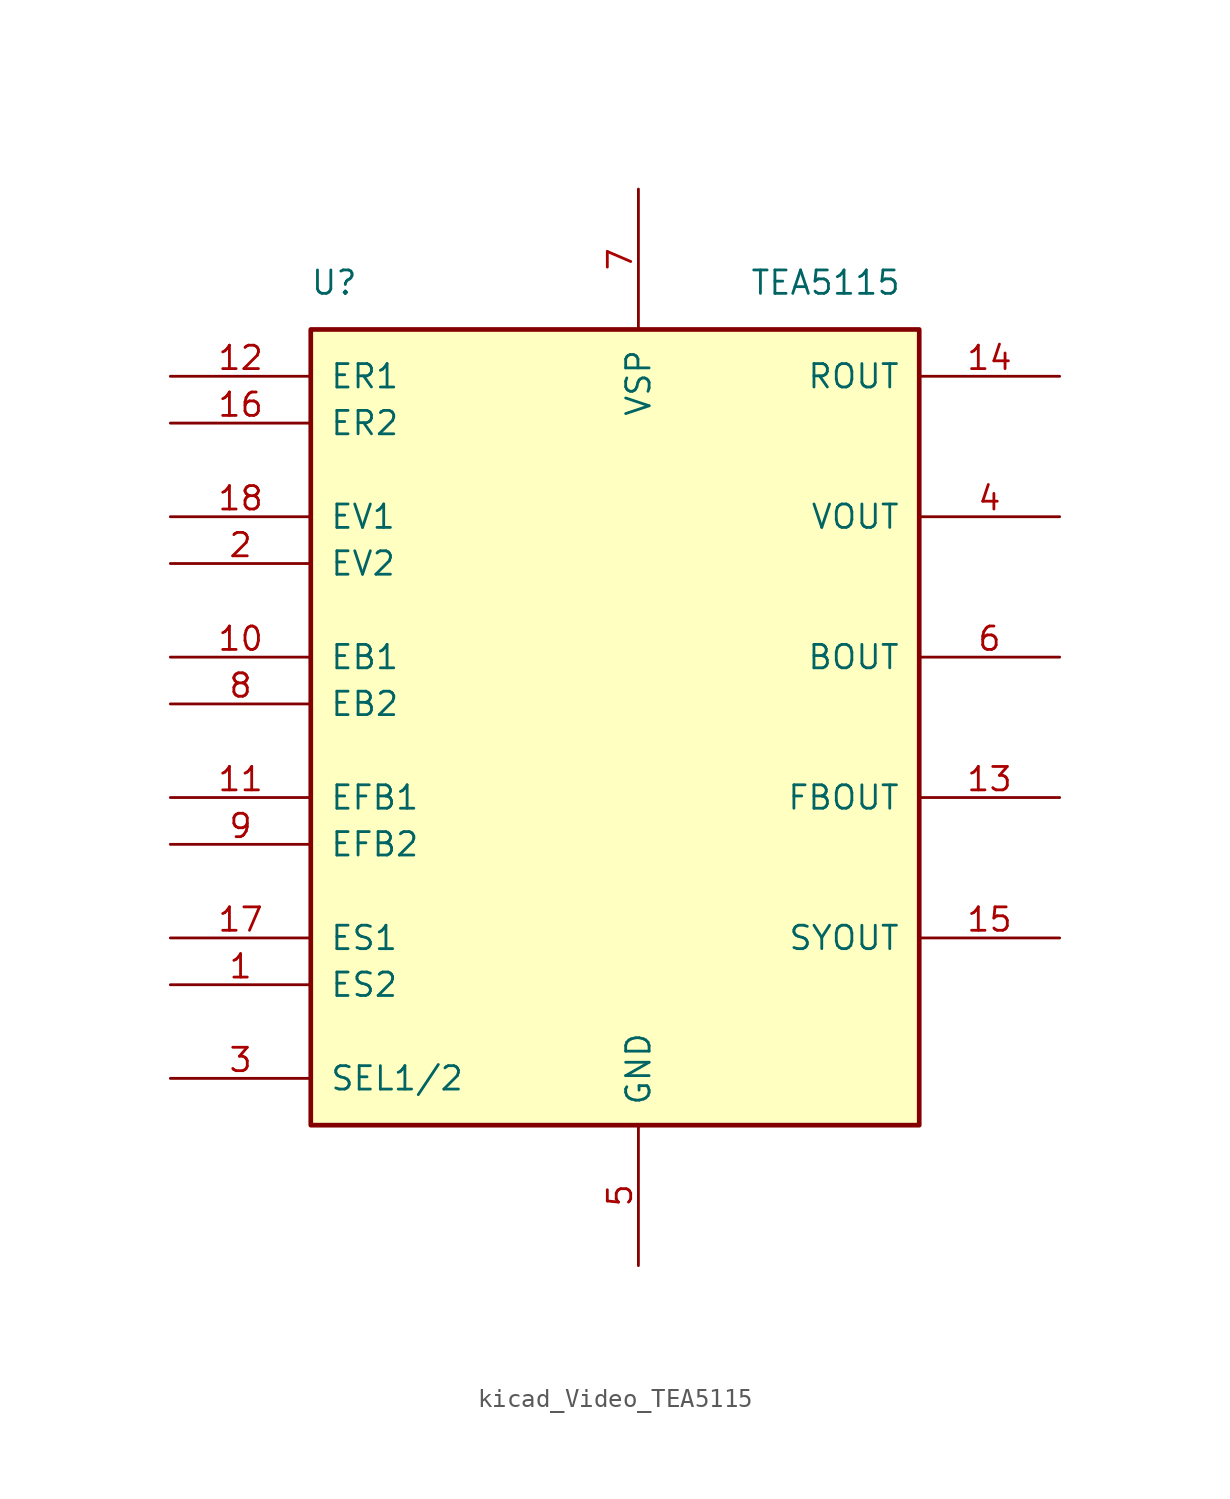
<source format=kicad_sym>
(kicad_symbol_lib
  (version 20220914)
  (generator kicad_symbol_editor)
  (symbol "kicad_Video_TEA5115"
    (pin_names
      (offset 1.016))
    (property "Reference" "U"
      (at -16.51 22.86 0)
      (effects (font (size 1.27 1.27))))
    (property "Value" "TEA5115"
      (at 10.16 22.86 0)
      (effects (font (size 1.27 1.27))))
    (symbol "kicad_Video_TEA5115_0_1"
      (rectangle (start -17.78 -22.86) (end 15.24 20.32) (stroke (width 0.254) (type default)) (fill (type background))))
    (symbol "kicad_Video_TEA5115_1_1"
      (pin input line (at -25.4 -15.24 0) (length 7.62) (name "ES2" (effects (font (size 1.27 1.27)))) (number "1" (effects (font (size 1.27 1.27)))))
      (pin input line (at -25.4 2.54 0) (length 7.62) (name "EB1" (effects (font (size 1.27 1.27)))) (number "10" (effects (font (size 1.27 1.27)))))
      (pin input line (at -25.4 -5.08 0) (length 7.62) (name "EFB1" (effects (font (size 1.27 1.27)))) (number "11" (effects (font (size 1.27 1.27)))))
      (pin input line (at -25.4 17.78 0) (length 7.62) (name "ER1" (effects (font (size 1.27 1.27)))) (number "12" (effects (font (size 1.27 1.27)))))
      (pin output line (at 22.86 -5.08 180) (length 7.62) (name "FBOUT" (effects (font (size 1.27 1.27)))) (number "13" (effects (font (size 1.27 1.27)))))
      (pin output line (at 22.86 17.78 180) (length 7.62) (name "ROUT" (effects (font (size 1.27 1.27)))) (number "14" (effects (font (size 1.27 1.27)))))
      (pin output line (at 22.86 -12.7 180) (length 7.62) (name "SYOUT" (effects (font (size 1.27 1.27)))) (number "15" (effects (font (size 1.27 1.27)))))
      (pin input line (at -25.4 15.24 0) (length 7.62) (name "ER2" (effects (font (size 1.27 1.27)))) (number "16" (effects (font (size 1.27 1.27)))))
      (pin input line (at -25.4 -12.7 0) (length 7.62) (name "ES1" (effects (font (size 1.27 1.27)))) (number "17" (effects (font (size 1.27 1.27)))))
      (pin input line (at -25.4 10.16 0) (length 7.62) (name "EV1" (effects (font (size 1.27 1.27)))) (number "18" (effects (font (size 1.27 1.27)))))
      (pin input line (at -25.4 7.62 0) (length 7.62) (name "EV2" (effects (font (size 1.27 1.27)))) (number "2" (effects (font (size 1.27 1.27)))))
      (pin input line (at -25.4 -20.32 0) (length 7.62) (name "SEL1/2" (effects (font (size 1.27 1.27)))) (number "3" (effects (font (size 1.27 1.27)))))
      (pin output line (at 22.86 10.16 180) (length 7.62) (name "VOUT" (effects (font (size 1.27 1.27)))) (number "4" (effects (font (size 1.27 1.27)))))
      (pin power_in line (at 0 -30.48 90) (length 7.62) (name "GND" (effects (font (size 1.27 1.27)))) (number "5" (effects (font (size 1.27 1.27)))))
      (pin output line (at 22.86 2.54 180) (length 7.62) (name "BOUT" (effects (font (size 1.27 1.27)))) (number "6" (effects (font (size 1.27 1.27)))))
      (pin input line (at 0 27.94 270) (length 7.62) (name "VSP" (effects (font (size 1.27 1.27)))) (number "7" (effects (font (size 1.27 1.27)))))
      (pin input line (at -25.4 0 0) (length 7.62) (name "EB2" (effects (font (size 1.27 1.27)))) (number "8" (effects (font (size 1.27 1.27)))))
      (pin input line (at -25.4 -7.62 0) (length 7.62) (name "EFB2" (effects (font (size 1.27 1.27)))) (number "9" (effects (font (size 1.27 1.27))))))))
</source>
